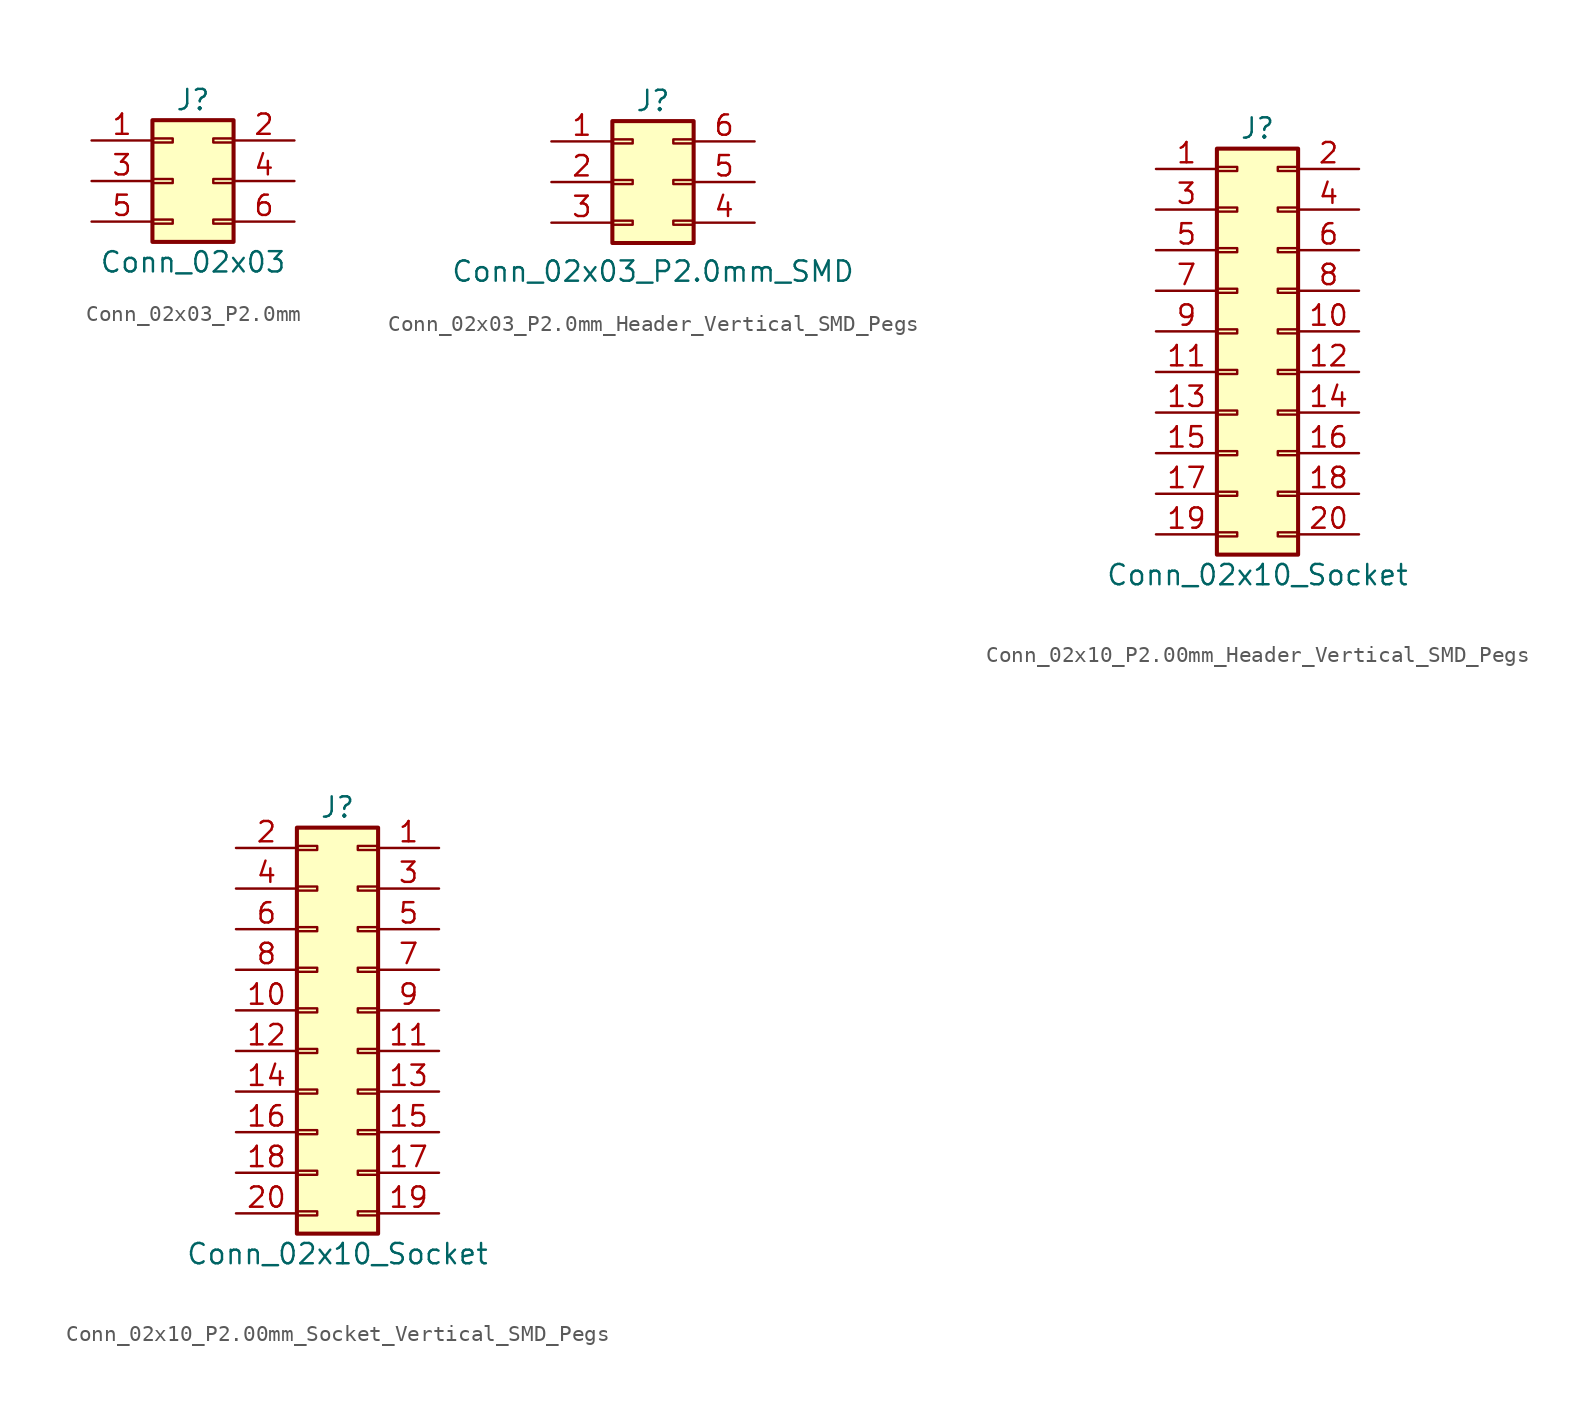
<source format=kicad_sym>
(kicad_symbol_lib
  (version 20241209)
  (generator "kicad_symbol_editor")
  (generator_version "9.0")
  (symbol "Conn_02x03_P2.0mm"
    (property "Reference" "J"
      (at 0 5.08 0)
      (effects (font (size 1.27 1.27))))
    (property "Value" "Conn_02x03"
      (at 0 -5.08 0)
      (effects (font (size 1.27 1.27))))
    (symbol "Conn_02x03_P2.0mm_1_1"
      (rectangle (start -2.54 3.81) (end 2.54 -3.81) (stroke (width 0.254) (type default)) (fill (type background)))
      (rectangle (start -2.54 2.667) (end -1.27 2.413) (stroke (width 0.152) (type default)) (fill (type none)))
      (rectangle (start -2.54 0.127) (end -1.27 -0.127) (stroke (width 0.152) (type default)) (fill (type none)))
      (rectangle (start -2.54 -2.413) (end -1.27 -2.667) (stroke (width 0.152) (type default)) (fill (type none)))
      (rectangle (start 2.54 2.667) (end 1.27 2.413) (stroke (width 0.152) (type default)) (fill (type none)))
      (rectangle (start 2.54 0.127) (end 1.27 -0.127) (stroke (width 0.152) (type default)) (fill (type none)))
      (rectangle (start 2.54 -2.413) (end 1.27 -2.667) (stroke (width 0.152) (type default)) (fill (type none)))
      (pin passive line (at -6.35 2.54 0) (length 3.81) (name "" (effects (font (size 1.27 1.27)))) (number "1" (effects (font (size 1.27 1.27)))))
      (pin passive line (at -6.35 0 0) (length 3.81) (name "" (effects (font (size 1.27 1.27)))) (number "3" (effects (font (size 1.27 1.27)))))
      (pin passive line (at -6.35 -2.54 0) (length 3.81) (name "" (effects (font (size 1.27 1.27)))) (number "5" (effects (font (size 1.27 1.27)))))
      (pin passive line (at 6.35 2.54 180) (length 3.81) (name "" (effects (font (size 1.27 1.27)))) (number "2" (effects (font (size 1.27 1.27)))))
      (pin passive line (at 6.35 0 180) (length 3.81) (name "" (effects (font (size 1.27 1.27)))) (number "4" (effects (font (size 1.27 1.27)))))
      (pin passive line (at 6.35 -2.54 180) (length 3.81) (name "" (effects (font (size 1.27 1.27)))) (number "6" (effects (font (size 1.27 1.27)))))))
  (symbol "Conn_02x03_P2.0mm_Header_Vertical_SMD_Pegs"
    (pin_names
      (hide yes))
    (property "Reference" "J"
      (at 0 5.08 0)
      (effects (font (size 1.27 1.27))))
    (property "Value" "Conn_02x03_P2.0mm_SMD"
      (at 0 -5.588 0)
      (effects (font (size 1.27 1.27))))
    (symbol "Conn_02x03_P2.0mm_Header_Vertical_SMD_Pegs_1_1"
      (rectangle (start -2.54 3.81) (end 2.54 -3.81) (stroke (width 0.254) (type default)) (fill (type background)))
      (rectangle (start -2.54 2.667) (end -1.27 2.413) (stroke (width 0.152) (type default)) (fill (type none)))
      (rectangle (start -1.27 0.127) (end -2.54 -0.127) (stroke (width 0.152) (type default)) (fill (type none)))
      (rectangle (start -1.27 -2.413) (end -2.54 -2.667) (stroke (width 0.152) (type default)) (fill (type none)))
      (rectangle (start 1.27 2.667) (end 2.54 2.413) (stroke (width 0.152) (type default)) (fill (type none)))
      (rectangle (start 1.27 0.127) (end 2.54 -0.127) (stroke (width 0.152) (type default)) (fill (type none)))
      (rectangle (start 1.27 -2.413) (end 2.54 -2.667) (stroke (width 0.152) (type default)) (fill (type none)))
      (pin passive line (at -6.35 2.54 0) (length 3.81) (name "Pin_1" (effects (font (size 1.27 1.27)))) (number "1" (effects (font (size 1.27 1.27)))))
      (pin passive line (at -6.35 0 0) (length 3.81) (name "Pin_2" (effects (font (size 1.27 1.27)))) (number "2" (effects (font (size 1.27 1.27)))))
      (pin passive line (at -6.35 -2.54 0) (length 3.81) (name "Pin_3" (effects (font (size 1.27 1.27)))) (number "3" (effects (font (size 1.27 1.27)))))
      (pin passive line (at 6.35 2.54 180) (length 3.81) (name "Pin_3" (effects (font (size 1.27 1.27)))) (number "6" (effects (font (size 1.27 1.27)))))
      (pin passive line (at 6.35 0 180) (length 3.81) (name "Pin_2" (effects (font (size 1.27 1.27)))) (number "5" (effects (font (size 1.27 1.27)))))
      (pin passive line (at 6.35 -2.54 180) (length 3.81) (name "Pin_1" (effects (font (size 1.27 1.27)))) (number "4" (effects (font (size 1.27 1.27)))))))
  (symbol "Conn_02x10_P2.00mm_Header_Vertical_SMD_Pegs"
    (pin_names
      (offset 1.016)
      (hide yes))
    (property "Reference" "J"
      (at 0 12.7 0)
      (effects (font (size 1.27 1.27))))
    (property "Value" "Conn_02x10_Socket"
      (at 0 -15.24 0)
      (effects (font (size 1.27 1.27))))
    (symbol "Conn_02x10_P2.00mm_Header_Vertical_SMD_Pegs_1_1"
      (rectangle (start -2.54 11.43) (end 2.54 -13.97) (stroke (width 0.254) (type default)) (fill (type background)))
      (rectangle (start -2.54 10.287) (end -1.27 10.033) (stroke (width 0.152) (type default)) (fill (type none)))
      (rectangle (start -2.54 7.747) (end -1.27 7.493) (stroke (width 0.152) (type default)) (fill (type none)))
      (rectangle (start -2.54 5.207) (end -1.27 4.953) (stroke (width 0.152) (type default)) (fill (type none)))
      (rectangle (start -2.54 2.667) (end -1.27 2.413) (stroke (width 0.152) (type default)) (fill (type none)))
      (rectangle (start -2.54 0.127) (end -1.27 -0.127) (stroke (width 0.152) (type default)) (fill (type none)))
      (rectangle (start -2.54 -2.413) (end -1.27 -2.667) (stroke (width 0.152) (type default)) (fill (type none)))
      (rectangle (start -2.54 -4.953) (end -1.27 -5.207) (stroke (width 0.152) (type default)) (fill (type none)))
      (rectangle (start -2.54 -7.493) (end -1.27 -7.747) (stroke (width 0.152) (type default)) (fill (type none)))
      (rectangle (start -2.54 -10.033) (end -1.27 -10.287) (stroke (width 0.152) (type default)) (fill (type none)))
      (rectangle (start -2.54 -12.573) (end -1.27 -12.827) (stroke (width 0.152) (type default)) (fill (type none)))
      (rectangle (start 1.27 10.287) (end 2.54 10.033) (stroke (width 0.152) (type default)) (fill (type none)))
      (rectangle (start 1.27 7.747) (end 2.54 7.493) (stroke (width 0.152) (type default)) (fill (type none)))
      (rectangle (start 1.27 5.207) (end 2.54 4.953) (stroke (width 0.152) (type default)) (fill (type none)))
      (rectangle (start 1.27 2.667) (end 2.54 2.413) (stroke (width 0.152) (type default)) (fill (type none)))
      (rectangle (start 1.27 0.127) (end 2.54 -0.127) (stroke (width 0.152) (type default)) (fill (type none)))
      (rectangle (start 1.27 -2.413) (end 2.54 -2.667) (stroke (width 0.152) (type default)) (fill (type none)))
      (rectangle (start 1.27 -4.953) (end 2.54 -5.207) (stroke (width 0.152) (type default)) (fill (type none)))
      (rectangle (start 1.27 -7.493) (end 2.54 -7.747) (stroke (width 0.152) (type default)) (fill (type none)))
      (rectangle (start 1.27 -10.033) (end 2.54 -10.287) (stroke (width 0.152) (type default)) (fill (type none)))
      (rectangle (start 1.27 -12.573) (end 2.54 -12.827) (stroke (width 0.152) (type default)) (fill (type none)))
      (pin passive line (at -6.35 10.16 0) (length 3.81) (name "Pin_1" (effects (font (size 1.27 1.27)))) (number "1" (effects (font (size 1.27 1.27)))))
      (pin passive line (at -6.35 7.62 0) (length 3.81) (name "Pin_3" (effects (font (size 1.27 1.27)))) (number "3" (effects (font (size 1.27 1.27)))))
      (pin passive line (at -6.35 5.08 0) (length 3.81) (name "Pin_5" (effects (font (size 1.27 1.27)))) (number "5" (effects (font (size 1.27 1.27)))))
      (pin passive line (at -6.35 2.54 0) (length 3.81) (name "Pin_7" (effects (font (size 1.27 1.27)))) (number "7" (effects (font (size 1.27 1.27)))))
      (pin passive line (at -6.35 0 0) (length 3.81) (name "Pin_9" (effects (font (size 1.27 1.27)))) (number "9" (effects (font (size 1.27 1.27)))))
      (pin passive line (at -6.35 -2.54 0) (length 3.81) (name "Pin_11" (effects (font (size 1.27 1.27)))) (number "11" (effects (font (size 1.27 1.27)))))
      (pin passive line (at -6.35 -5.08 0) (length 3.81) (name "Pin_13" (effects (font (size 1.27 1.27)))) (number "13" (effects (font (size 1.27 1.27)))))
      (pin passive line (at -6.35 -7.62 0) (length 3.81) (name "Pin_15" (effects (font (size 1.27 1.27)))) (number "15" (effects (font (size 1.27 1.27)))))
      (pin passive line (at -6.35 -10.16 0) (length 3.81) (name "Pin_17" (effects (font (size 1.27 1.27)))) (number "17" (effects (font (size 1.27 1.27)))))
      (pin passive line (at -6.35 -12.7 0) (length 3.81) (name "Pin_19" (effects (font (size 1.27 1.27)))) (number "19" (effects (font (size 1.27 1.27)))))
      (pin passive line (at 6.35 10.16 180) (length 3.81) (name "Pin_2" (effects (font (size 1.27 1.27)))) (number "2" (effects (font (size 1.27 1.27)))))
      (pin passive line (at 6.35 7.62 180) (length 3.81) (name "Pin_4" (effects (font (size 1.27 1.27)))) (number "4" (effects (font (size 1.27 1.27)))))
      (pin passive line (at 6.35 5.08 180) (length 3.81) (name "Pin_6" (effects (font (size 1.27 1.27)))) (number "6" (effects (font (size 1.27 1.27)))))
      (pin passive line (at 6.35 2.54 180) (length 3.81) (name "Pin_8" (effects (font (size 1.27 1.27)))) (number "8" (effects (font (size 1.27 1.27)))))
      (pin passive line (at 6.35 0 180) (length 3.81) (name "Pin_10" (effects (font (size 1.27 1.27)))) (number "10" (effects (font (size 1.27 1.27)))))
      (pin passive line (at 6.35 -2.54 180) (length 3.81) (name "Pin_12" (effects (font (size 1.27 1.27)))) (number "12" (effects (font (size 1.27 1.27)))))
      (pin passive line (at 6.35 -5.08 180) (length 3.81) (name "Pin_14" (effects (font (size 1.27 1.27)))) (number "14" (effects (font (size 1.27 1.27)))))
      (pin passive line (at 6.35 -7.62 180) (length 3.81) (name "Pin_16" (effects (font (size 1.27 1.27)))) (number "16" (effects (font (size 1.27 1.27)))))
      (pin passive line (at 6.35 -10.16 180) (length 3.81) (name "Pin_18" (effects (font (size 1.27 1.27)))) (number "18" (effects (font (size 1.27 1.27)))))
      (pin passive line (at 6.35 -12.7 180) (length 3.81) (name "Pin_20" (effects (font (size 1.27 1.27)))) (number "20" (effects (font (size 1.27 1.27)))))))
  (symbol "Conn_02x10_P2.00mm_Socket_Vertical_SMD_Pegs"
    (pin_names
      (offset 1.016)
      (hide yes))
    (property "Reference" "J"
      (at 0 12.7 0)
      (effects (font (size 1.27 1.27))))
    (property "Value" "Conn_02x10_Socket"
      (at 0 -15.24 0)
      (effects (font (size 1.27 1.27))))
    (symbol "Conn_02x10_P2.00mm_Socket_Vertical_SMD_Pegs_1_1"
      (rectangle (start -1.27 10.287) (end -2.54 10.033) (stroke (width 0.152) (type default)) (fill (type none)))
      (rectangle (start -1.27 7.747) (end -2.54 7.493) (stroke (width 0.152) (type default)) (fill (type none)))
      (rectangle (start -1.27 5.207) (end -2.54 4.953) (stroke (width 0.152) (type default)) (fill (type none)))
      (rectangle (start -1.27 2.667) (end -2.54 2.413) (stroke (width 0.152) (type default)) (fill (type none)))
      (rectangle (start -1.27 0.127) (end -2.54 -0.127) (stroke (width 0.152) (type default)) (fill (type none)))
      (rectangle (start -1.27 -2.413) (end -2.54 -2.667) (stroke (width 0.152) (type default)) (fill (type none)))
      (rectangle (start -1.27 -4.953) (end -2.54 -5.207) (stroke (width 0.152) (type default)) (fill (type none)))
      (rectangle (start -1.27 -7.493) (end -2.54 -7.747) (stroke (width 0.152) (type default)) (fill (type none)))
      (rectangle (start -1.27 -10.033) (end -2.54 -10.287) (stroke (width 0.152) (type default)) (fill (type none)))
      (rectangle (start -1.27 -12.573) (end -2.54 -12.827) (stroke (width 0.152) (type default)) (fill (type none)))
      (rectangle (start 2.54 11.43) (end -2.54 -13.97) (stroke (width 0.254) (type default)) (fill (type background)))
      (rectangle (start 2.54 10.287) (end 1.27 10.033) (stroke (width 0.152) (type default)) (fill (type none)))
      (rectangle (start 2.54 7.747) (end 1.27 7.493) (stroke (width 0.152) (type default)) (fill (type none)))
      (rectangle (start 2.54 5.207) (end 1.27 4.953) (stroke (width 0.152) (type default)) (fill (type none)))
      (rectangle (start 2.54 2.667) (end 1.27 2.413) (stroke (width 0.152) (type default)) (fill (type none)))
      (rectangle (start 2.54 0.127) (end 1.27 -0.127) (stroke (width 0.152) (type default)) (fill (type none)))
      (rectangle (start 2.54 -2.413) (end 1.27 -2.667) (stroke (width 0.152) (type default)) (fill (type none)))
      (rectangle (start 2.54 -4.953) (end 1.27 -5.207) (stroke (width 0.152) (type default)) (fill (type none)))
      (rectangle (start 2.54 -7.493) (end 1.27 -7.747) (stroke (width 0.152) (type default)) (fill (type none)))
      (rectangle (start 2.54 -10.033) (end 1.27 -10.287) (stroke (width 0.152) (type default)) (fill (type none)))
      (rectangle (start 2.54 -12.573) (end 1.27 -12.827) (stroke (width 0.152) (type default)) (fill (type none)))
      (pin passive line (at -6.35 10.16 0) (length 3.81) (name "Pin_2" (effects (font (size 1.27 1.27)))) (number "2" (effects (font (size 1.27 1.27)))))
      (pin passive line (at -6.35 7.62 0) (length 3.81) (name "Pin_4" (effects (font (size 1.27 1.27)))) (number "4" (effects (font (size 1.27 1.27)))))
      (pin passive line (at -6.35 5.08 0) (length 3.81) (name "Pin_6" (effects (font (size 1.27 1.27)))) (number "6" (effects (font (size 1.27 1.27)))))
      (pin passive line (at -6.35 2.54 0) (length 3.81) (name "Pin_8" (effects (font (size 1.27 1.27)))) (number "8" (effects (font (size 1.27 1.27)))))
      (pin passive line (at -6.35 0 0) (length 3.81) (name "Pin_10" (effects (font (size 1.27 1.27)))) (number "10" (effects (font (size 1.27 1.27)))))
      (pin passive line (at -6.35 -2.54 0) (length 3.81) (name "Pin_12" (effects (font (size 1.27 1.27)))) (number "12" (effects (font (size 1.27 1.27)))))
      (pin passive line (at -6.35 -5.08 0) (length 3.81) (name "Pin_14" (effects (font (size 1.27 1.27)))) (number "14" (effects (font (size 1.27 1.27)))))
      (pin passive line (at -6.35 -7.62 0) (length 3.81) (name "Pin_16" (effects (font (size 1.27 1.27)))) (number "16" (effects (font (size 1.27 1.27)))))
      (pin passive line (at -6.35 -10.16 0) (length 3.81) (name "Pin_18" (effects (font (size 1.27 1.27)))) (number "18" (effects (font (size 1.27 1.27)))))
      (pin passive line (at -6.35 -12.7 0) (length 3.81) (name "Pin_20" (effects (font (size 1.27 1.27)))) (number "20" (effects (font (size 1.27 1.27)))))
      (pin passive line (at 6.35 10.16 180) (length 3.81) (name "Pin_1" (effects (font (size 1.27 1.27)))) (number "1" (effects (font (size 1.27 1.27)))))
      (pin passive line (at 6.35 7.62 180) (length 3.81) (name "Pin_3" (effects (font (size 1.27 1.27)))) (number "3" (effects (font (size 1.27 1.27)))))
      (pin passive line (at 6.35 5.08 180) (length 3.81) (name "Pin_5" (effects (font (size 1.27 1.27)))) (number "5" (effects (font (size 1.27 1.27)))))
      (pin passive line (at 6.35 2.54 180) (length 3.81) (name "Pin_7" (effects (font (size 1.27 1.27)))) (number "7" (effects (font (size 1.27 1.27)))))
      (pin passive line (at 6.35 0 180) (length 3.81) (name "Pin_9" (effects (font (size 1.27 1.27)))) (number "9" (effects (font (size 1.27 1.27)))))
      (pin passive line (at 6.35 -2.54 180) (length 3.81) (name "Pin_11" (effects (font (size 1.27 1.27)))) (number "11" (effects (font (size 1.27 1.27)))))
      (pin passive line (at 6.35 -5.08 180) (length 3.81) (name "Pin_13" (effects (font (size 1.27 1.27)))) (number "13" (effects (font (size 1.27 1.27)))))
      (pin passive line (at 6.35 -7.62 180) (length 3.81) (name "Pin_15" (effects (font (size 1.27 1.27)))) (number "15" (effects (font (size 1.27 1.27)))))
      (pin passive line (at 6.35 -10.16 180) (length 3.81) (name "Pin_17" (effects (font (size 1.27 1.27)))) (number "17" (effects (font (size 1.27 1.27)))))
      (pin passive line (at 6.35 -12.7 180) (length 3.81) (name "Pin_19" (effects (font (size 1.27 1.27)))) (number "19" (effects (font (size 1.27 1.27))))))))
</source>
